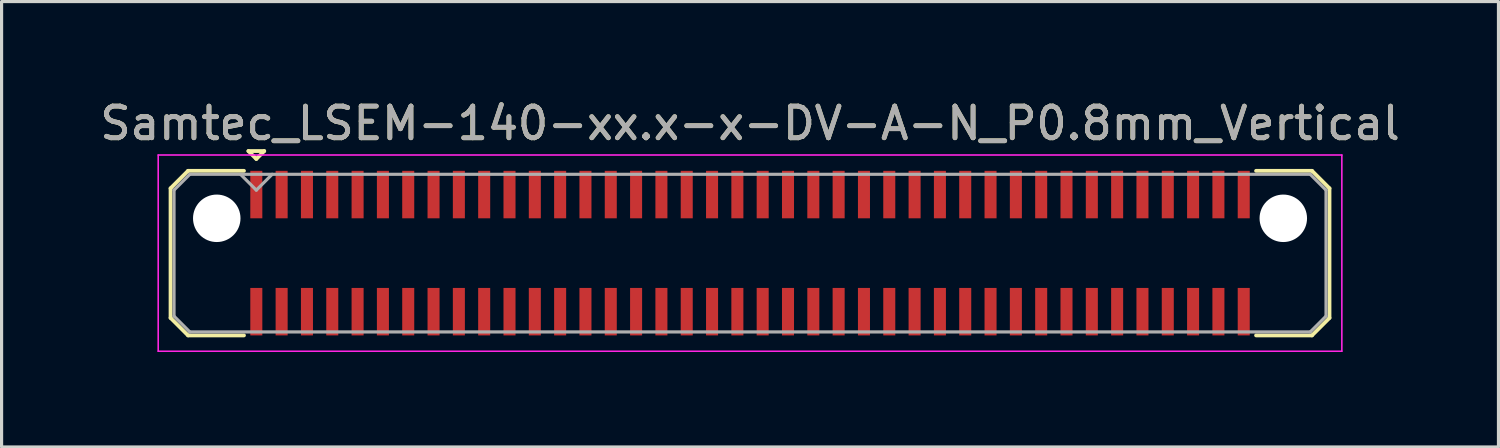
<source format=kicad_pcb>
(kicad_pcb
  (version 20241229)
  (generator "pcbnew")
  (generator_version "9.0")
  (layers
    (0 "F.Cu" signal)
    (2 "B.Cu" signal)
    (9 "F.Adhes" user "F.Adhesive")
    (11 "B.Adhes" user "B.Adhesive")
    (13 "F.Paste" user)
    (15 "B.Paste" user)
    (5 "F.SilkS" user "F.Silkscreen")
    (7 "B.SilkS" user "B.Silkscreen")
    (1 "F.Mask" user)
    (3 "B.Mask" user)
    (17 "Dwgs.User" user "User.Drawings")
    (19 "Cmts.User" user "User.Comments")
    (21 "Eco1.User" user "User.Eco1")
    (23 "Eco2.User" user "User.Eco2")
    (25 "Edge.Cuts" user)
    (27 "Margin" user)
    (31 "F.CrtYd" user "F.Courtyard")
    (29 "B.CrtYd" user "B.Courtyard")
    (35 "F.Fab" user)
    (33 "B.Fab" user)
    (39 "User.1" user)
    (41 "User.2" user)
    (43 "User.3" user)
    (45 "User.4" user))
  (footprint "Samtec_LSEM-140-xx.x-x-DV-A-N_P0.8mm_Vertical"
    (layer "F.Cu")
    (at 20.649 4.948)
    (property "Reference" "Samtec_LSEM-140-xx.x-x-DV-A-N_P0.8mm_Vertical" (at 0 -4.1 0) (layer "F.SilkS") (effects (font (size 1 1) (thickness 0.15))))
    (attr smd)
    (fp_line (start -18.31 -2.047) (end -18.31 2.047) (stroke (width 0.12) (type solid)) (layer "F.SilkS"))
    (fp_line (start -18.31 2.047) (end -17.757 2.6) (stroke (width 0.12) (type solid)) (layer "F.SilkS"))
    (fp_line (start -17.757 -2.6) (end -18.31 -2.047) (stroke (width 0.12) (type solid)) (layer "F.SilkS"))
    (fp_line (start -17.757 2.6) (end -15.99 2.6) (stroke (width 0.12) (type solid)) (layer "F.SilkS"))
    (fp_line (start -15.99 -2.6) (end -17.757 -2.6) (stroke (width 0.12) (type solid)) (layer "F.SilkS"))
    (fp_line (start -15.85 -3.225) (end -15.35 -3.225) (stroke (width 0.12) (type solid)) (layer "F.SilkS"))
    (fp_line (start -15.6 -2.975) (end -15.85 -3.225) (stroke (width 0.12) (type solid)) (layer "F.SilkS"))
    (fp_line (start -15.35 -3.225) (end -15.6 -2.975) (stroke (width 0.12) (type solid)) (layer "F.SilkS"))
    (fp_line (start 15.99 -2.6) (end 17.757 -2.6) (stroke (width 0.12) (type solid)) (layer "F.SilkS"))
    (fp_line (start 17.757 -2.6) (end 18.31 -2.047) (stroke (width 0.12) (type solid)) (layer "F.SilkS"))
    (fp_line (start 17.757 2.6) (end 15.99 2.6) (stroke (width 0.12) (type solid)) (layer "F.SilkS"))
    (fp_line (start 18.31 -2.047) (end 18.31 2.047) (stroke (width 0.12) (type solid)) (layer "F.SilkS"))
    (fp_line (start 18.31 2.047) (end 17.757 2.6) (stroke (width 0.12) (type solid)) (layer "F.SilkS"))
    (fp_line (start -18.7 -3.1) (end -18.7 3.1) (stroke (width 0.05) (type solid)) (layer "F.CrtYd"))
    (fp_line (start -18.7 3.1) (end 18.7 3.1) (stroke (width 0.05) (type solid)) (layer "F.CrtYd"))
    (fp_line (start 18.7 -3.1) (end -18.7 -3.1) (stroke (width 0.05) (type solid)) (layer "F.CrtYd"))
    (fp_line (start 18.7 3.1) (end 18.7 -3.1) (stroke (width 0.05) (type solid)) (layer "F.CrtYd"))
    (fp_line (start -18.2 -1.992) (end -18.2 1.992) (stroke (width 0.1) (type solid)) (layer "F.Fab"))
    (fp_line (start -18.2 1.992) (end -17.702 2.49) (stroke (width 0.1) (type solid)) (layer "F.Fab"))
    (fp_line (start -17.702 -2.49) (end -18.2 -1.992) (stroke (width 0.1) (type solid)) (layer "F.Fab"))
    (fp_line (start -17.702 2.49) (end 17.702 2.49) (stroke (width 0.1) (type solid)) (layer "F.Fab"))
    (fp_line (start -15.6 -1.99) (end -16.1 -2.49) (stroke (width 0.1) (type solid)) (layer "F.Fab"))
    (fp_line (start -15.1 -2.49) (end -15.6 -1.99) (stroke (width 0.1) (type solid)) (layer "F.Fab"))
    (fp_line (start 17.702 -2.49) (end -17.702 -2.49) (stroke (width 0.1) (type solid)) (layer "F.Fab"))
    (fp_line (start 17.702 2.49) (end 18.2 1.992) (stroke (width 0.1) (type solid)) (layer "F.Fab"))
    (fp_line (start 18.2 -1.992) (end 17.702 -2.49) (stroke (width 0.1) (type solid)) (layer "F.Fab"))
    (fp_line (start 18.2 1.992) (end 18.2 -1.992) (stroke (width 0.1) (type solid)) (layer "F.Fab"))
    (fp_text user "${REFERENCE}" (at 0 -4.1 0) (layer "F.Fab") (effects (font (size 1 1) (thickness 0.15))))
    (pad "" np_thru_hole circle (at -16.85 -1.1) (size 1.5 1.5) (drill 1.5) (layers "*.Cu" "*.Mask"))
    (pad "" np_thru_hole circle (at 16.85 -1.1) (size 1.5 1.5) (drill 1.5) (layers "*.Cu" "*.Mask"))
    (pad "1" smd rect (at -15.6 -1.85) (size 0.38 1.5) (layers "F.Cu" "F.Mask" "F.Paste"))
    (pad "2" smd rect (at -15.6 1.85) (size 0.38 1.5) (layers "F.Cu" "F.Mask" "F.Paste"))
    (pad "3" smd rect (at -14.8 -1.85) (size 0.38 1.5) (layers "F.Cu" "F.Mask" "F.Paste"))
    (pad "4" smd rect (at -14.8 1.85) (size 0.38 1.5) (layers "F.Cu" "F.Mask" "F.Paste"))
    (pad "5" smd rect (at -14 -1.85) (size 0.38 1.5) (layers "F.Cu" "F.Mask" "F.Paste"))
    (pad "6" smd rect (at -14 1.85) (size 0.38 1.5) (layers "F.Cu" "F.Mask" "F.Paste"))
    (pad "7" smd rect (at -13.2 -1.85) (size 0.38 1.5) (layers "F.Cu" "F.Mask" "F.Paste"))
    (pad "8" smd rect (at -13.2 1.85) (size 0.38 1.5) (layers "F.Cu" "F.Mask" "F.Paste"))
    (pad "9" smd rect (at -12.4 -1.85) (size 0.38 1.5) (layers "F.Cu" "F.Mask" "F.Paste"))
    (pad "10" smd rect (at -12.4 1.85) (size 0.38 1.5) (layers "F.Cu" "F.Mask" "F.Paste"))
    (pad "11" smd rect (at -11.6 -1.85) (size 0.38 1.5) (layers "F.Cu" "F.Mask" "F.Paste"))
    (pad "12" smd rect (at -11.6 1.85) (size 0.38 1.5) (layers "F.Cu" "F.Mask" "F.Paste"))
    (pad "13" smd rect (at -10.8 -1.85) (size 0.38 1.5) (layers "F.Cu" "F.Mask" "F.Paste"))
    (pad "14" smd rect (at -10.8 1.85) (size 0.38 1.5) (layers "F.Cu" "F.Mask" "F.Paste"))
    (pad "15" smd rect (at -10 -1.85) (size 0.38 1.5) (layers "F.Cu" "F.Mask" "F.Paste"))
    (pad "16" smd rect (at -10 1.85) (size 0.38 1.5) (layers "F.Cu" "F.Mask" "F.Paste"))
    (pad "17" smd rect (at -9.2 -1.85) (size 0.38 1.5) (layers "F.Cu" "F.Mask" "F.Paste"))
    (pad "18" smd rect (at -9.2 1.85) (size 0.38 1.5) (layers "F.Cu" "F.Mask" "F.Paste"))
    (pad "19" smd rect (at -8.4 -1.85) (size 0.38 1.5) (layers "F.Cu" "F.Mask" "F.Paste"))
    (pad "20" smd rect (at -8.4 1.85) (size 0.38 1.5) (layers "F.Cu" "F.Mask" "F.Paste"))
    (pad "21" smd rect (at -7.6 -1.85) (size 0.38 1.5) (layers "F.Cu" "F.Mask" "F.Paste"))
    (pad "22" smd rect (at -7.6 1.85) (size 0.38 1.5) (layers "F.Cu" "F.Mask" "F.Paste"))
    (pad "23" smd rect (at -6.8 -1.85) (size 0.38 1.5) (layers "F.Cu" "F.Mask" "F.Paste"))
    (pad "24" smd rect (at -6.8 1.85) (size 0.38 1.5) (layers "F.Cu" "F.Mask" "F.Paste"))
    (pad "25" smd rect (at -6 -1.85) (size 0.38 1.5) (layers "F.Cu" "F.Mask" "F.Paste"))
    (pad "26" smd rect (at -6 1.85) (size 0.38 1.5) (layers "F.Cu" "F.Mask" "F.Paste"))
    (pad "27" smd rect (at -5.2 -1.85) (size 0.38 1.5) (layers "F.Cu" "F.Mask" "F.Paste"))
    (pad "28" smd rect (at -5.2 1.85) (size 0.38 1.5) (layers "F.Cu" "F.Mask" "F.Paste"))
    (pad "29" smd rect (at -4.4 -1.85) (size 0.38 1.5) (layers "F.Cu" "F.Mask" "F.Paste"))
    (pad "30" smd rect (at -4.4 1.85) (size 0.38 1.5) (layers "F.Cu" "F.Mask" "F.Paste"))
    (pad "31" smd rect (at -3.6 -1.85) (size 0.38 1.5) (layers "F.Cu" "F.Mask" "F.Paste"))
    (pad "32" smd rect (at -3.6 1.85) (size 0.38 1.5) (layers "F.Cu" "F.Mask" "F.Paste"))
    (pad "33" smd rect (at -2.8 -1.85) (size 0.38 1.5) (layers "F.Cu" "F.Mask" "F.Paste"))
    (pad "34" smd rect (at -2.8 1.85) (size 0.38 1.5) (layers "F.Cu" "F.Mask" "F.Paste"))
    (pad "35" smd rect (at -2 -1.85) (size 0.38 1.5) (layers "F.Cu" "F.Mask" "F.Paste"))
    (pad "36" smd rect (at -2 1.85) (size 0.38 1.5) (layers "F.Cu" "F.Mask" "F.Paste"))
    (pad "37" smd rect (at -1.2 -1.85) (size 0.38 1.5) (layers "F.Cu" "F.Mask" "F.Paste"))
    (pad "38" smd rect (at -1.2 1.85) (size 0.38 1.5) (layers "F.Cu" "F.Mask" "F.Paste"))
    (pad "39" smd rect (at -0.4 -1.85) (size 0.38 1.5) (layers "F.Cu" "F.Mask" "F.Paste"))
    (pad "40" smd rect (at -0.4 1.85) (size 0.38 1.5) (layers "F.Cu" "F.Mask" "F.Paste"))
    (pad "41" smd rect (at 0.4 -1.85) (size 0.38 1.5) (layers "F.Cu" "F.Mask" "F.Paste"))
    (pad "42" smd rect (at 0.4 1.85) (size 0.38 1.5) (layers "F.Cu" "F.Mask" "F.Paste"))
    (pad "43" smd rect (at 1.2 -1.85) (size 0.38 1.5) (layers "F.Cu" "F.Mask" "F.Paste"))
    (pad "44" smd rect (at 1.2 1.85) (size 0.38 1.5) (layers "F.Cu" "F.Mask" "F.Paste"))
    (pad "45" smd rect (at 2 -1.85) (size 0.38 1.5) (layers "F.Cu" "F.Mask" "F.Paste"))
    (pad "46" smd rect (at 2 1.85) (size 0.38 1.5) (layers "F.Cu" "F.Mask" "F.Paste"))
    (pad "47" smd rect (at 2.8 -1.85) (size 0.38 1.5) (layers "F.Cu" "F.Mask" "F.Paste"))
    (pad "48" smd rect (at 2.8 1.85) (size 0.38 1.5) (layers "F.Cu" "F.Mask" "F.Paste"))
    (pad "49" smd rect (at 3.6 -1.85) (size 0.38 1.5) (layers "F.Cu" "F.Mask" "F.Paste"))
    (pad "50" smd rect (at 3.6 1.85) (size 0.38 1.5) (layers "F.Cu" "F.Mask" "F.Paste"))
    (pad "51" smd rect (at 4.4 -1.85) (size 0.38 1.5) (layers "F.Cu" "F.Mask" "F.Paste"))
    (pad "52" smd rect (at 4.4 1.85) (size 0.38 1.5) (layers "F.Cu" "F.Mask" "F.Paste"))
    (pad "53" smd rect (at 5.2 -1.85) (size 0.38 1.5) (layers "F.Cu" "F.Mask" "F.Paste"))
    (pad "54" smd rect (at 5.2 1.85) (size 0.38 1.5) (layers "F.Cu" "F.Mask" "F.Paste"))
    (pad "55" smd rect (at 6 -1.85) (size 0.38 1.5) (layers "F.Cu" "F.Mask" "F.Paste"))
    (pad "56" smd rect (at 6 1.85) (size 0.38 1.5) (layers "F.Cu" "F.Mask" "F.Paste"))
    (pad "57" smd rect (at 6.8 -1.85) (size 0.38 1.5) (layers "F.Cu" "F.Mask" "F.Paste"))
    (pad "58" smd rect (at 6.8 1.85) (size 0.38 1.5) (layers "F.Cu" "F.Mask" "F.Paste"))
    (pad "59" smd rect (at 7.6 -1.85) (size 0.38 1.5) (layers "F.Cu" "F.Mask" "F.Paste"))
    (pad "60" smd rect (at 7.6 1.85) (size 0.38 1.5) (layers "F.Cu" "F.Mask" "F.Paste"))
    (pad "61" smd rect (at 8.4 -1.85) (size 0.38 1.5) (layers "F.Cu" "F.Mask" "F.Paste"))
    (pad "62" smd rect (at 8.4 1.85) (size 0.38 1.5) (layers "F.Cu" "F.Mask" "F.Paste"))
    (pad "63" smd rect (at 9.2 -1.85) (size 0.38 1.5) (layers "F.Cu" "F.Mask" "F.Paste"))
    (pad "64" smd rect (at 9.2 1.85) (size 0.38 1.5) (layers "F.Cu" "F.Mask" "F.Paste"))
    (pad "65" smd rect (at 10 -1.85) (size 0.38 1.5) (layers "F.Cu" "F.Mask" "F.Paste"))
    (pad "66" smd rect (at 10 1.85) (size 0.38 1.5) (layers "F.Cu" "F.Mask" "F.Paste"))
    (pad "67" smd rect (at 10.8 -1.85) (size 0.38 1.5) (layers "F.Cu" "F.Mask" "F.Paste"))
    (pad "68" smd rect (at 10.8 1.85) (size 0.38 1.5) (layers "F.Cu" "F.Mask" "F.Paste"))
    (pad "69" smd rect (at 11.6 -1.85) (size 0.38 1.5) (layers "F.Cu" "F.Mask" "F.Paste"))
    (pad "70" smd rect (at 11.6 1.85) (size 0.38 1.5) (layers "F.Cu" "F.Mask" "F.Paste"))
    (pad "71" smd rect (at 12.4 -1.85) (size 0.38 1.5) (layers "F.Cu" "F.Mask" "F.Paste"))
    (pad "72" smd rect (at 12.4 1.85) (size 0.38 1.5) (layers "F.Cu" "F.Mask" "F.Paste"))
    (pad "73" smd rect (at 13.2 -1.85) (size 0.38 1.5) (layers "F.Cu" "F.Mask" "F.Paste"))
    (pad "74" smd rect (at 13.2 1.85) (size 0.38 1.5) (layers "F.Cu" "F.Mask" "F.Paste"))
    (pad "75" smd rect (at 14 -1.85) (size 0.38 1.5) (layers "F.Cu" "F.Mask" "F.Paste"))
    (pad "76" smd rect (at 14 1.85) (size 0.38 1.5) (layers "F.Cu" "F.Mask" "F.Paste"))
    (pad "77" smd rect (at 14.8 -1.85) (size 0.38 1.5) (layers "F.Cu" "F.Mask" "F.Paste"))
    (pad "78" smd rect (at 14.8 1.85) (size 0.38 1.5) (layers "F.Cu" "F.Mask" "F.Paste"))
    (pad "79" smd rect (at 15.6 -1.85) (size 0.38 1.5) (layers "F.Cu" "F.Mask" "F.Paste"))
    (pad "80" smd rect (at 15.6 1.85) (size 0.38 1.5) (layers "F.Cu" "F.Mask" "F.Paste")))
  (gr_rect
    (start -3 -3)
    (end 44.298 11.073)
    (stroke (width 0.1) (type default))
    (fill no)
    (layer "Edge.Cuts")))
</source>
